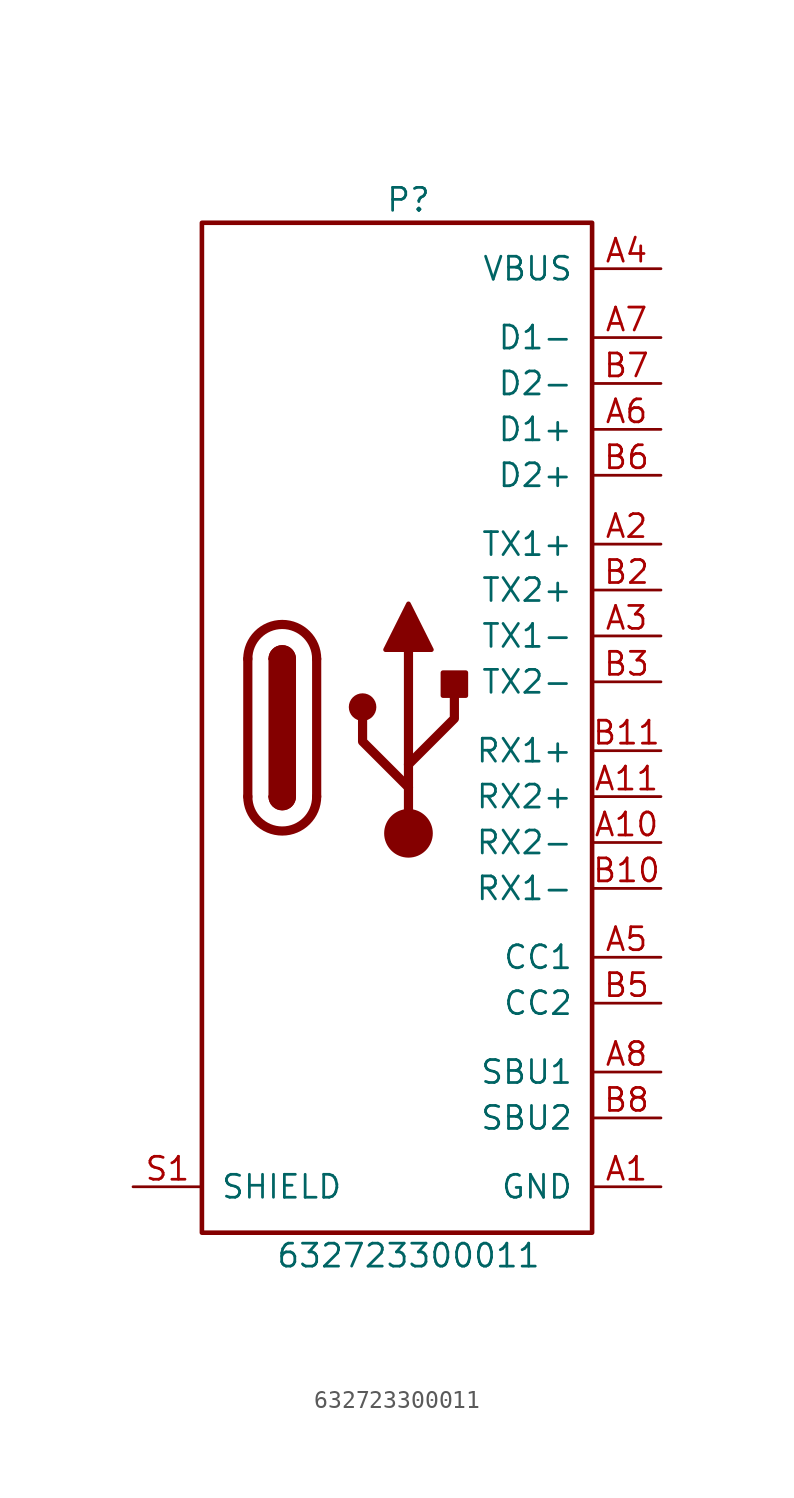
<source format=kicad_sym>
(kicad_symbol_lib
  (version 20211014)
  (generator kicad_symbol_editor)
  (symbol "632723300011"
    (pin_names
      (offset 1.016))
    (property "Reference" "P"
      (at 0 29.21 0)
      (effects (font (size 1.27 1.27))))
    (property "Value" "632723300011"
      (at 0 -29.21 0)
      (effects (font (size 1.27 1.27))))
    (symbol "632723300011_0_1"
      (rectangle (start -11.43 27.94) (end 10.16 -27.94) (stroke (width 0.254) (type default) (color 0 0 0 0)) (fill (type none)))
      (arc (start -8.89 -3.81) (mid -6.985 -5.715) (end -5.08 -3.81) (stroke (width 0.508) (type default) (color 0 0 0 0)) (fill (type none)))
      (arc (start -7.62 -3.81) (mid -6.985 -4.445) (end -6.35 -3.81) (stroke (width 0.254) (type default) (color 0 0 0 0)) (fill (type none)))
      (arc (start -7.62 -3.81) (mid -6.985 -4.445) (end -6.35 -3.81) (stroke (width 0.254) (type default) (color 0 0 0 0)) (fill (type outline)))
      (rectangle (start -7.62 -3.81) (end -6.35 3.81) (stroke (width 0.254) (type default) (color 0 0 0 0)) (fill (type outline)))
      (arc (start -6.35 3.81) (mid -6.985 4.445) (end -7.62 3.81) (stroke (width 0.254) (type default) (color 0 0 0 0)) (fill (type none)))
      (arc (start -6.35 3.81) (mid -6.985 4.445) (end -7.62 3.81) (stroke (width 0.254) (type default) (color 0 0 0 0)) (fill (type outline)))
      (arc (start -5.08 3.81) (mid -6.985 5.715) (end -8.89 3.81) (stroke (width 0.508) (type default) (color 0 0 0 0)) (fill (type none)))
      (polyline (pts (xy -8.89 -3.81) (xy -8.89 3.81)) (stroke (width 0.508) (type default) (color 0 0 0 0)) (fill (type none)))
      (polyline (pts (xy -5.08 3.81) (xy -5.08 -3.81)) (stroke (width 0.508) (type default) (color 0 0 0 0)) (fill (type none))))
    (symbol "632723300011_1_1"
      (circle (center -2.54 1.143) (radius 0.635) (stroke (width 0.254) (type default) (color 0 0 0 0)) (fill (type outline)))
      (circle (center 0 -5.842) (radius 1.27) (stroke (width 0) (type default) (color 0 0 0 0)) (fill (type outline)))
      (polyline (pts (xy 0 -5.842) (xy 0 4.318)) (stroke (width 0.508) (type default) (color 0 0 0 0)) (fill (type none)))
      (polyline (pts (xy 0 -3.302) (xy -2.54 -0.762) (xy -2.54 0.508)) (stroke (width 0.508) (type default) (color 0 0 0 0)) (fill (type none)))
      (polyline (pts (xy 0 -2.032) (xy 2.54 0.508) (xy 2.54 1.778)) (stroke (width 0.508) (type default) (color 0 0 0 0)) (fill (type none)))
      (polyline (pts (xy -1.27 4.318) (xy 0 6.858) (xy 1.27 4.318) (xy -1.27 4.318)) (stroke (width 0.254) (type default) (color 0 0 0 0)) (fill (type outline)))
      (rectangle (start 1.905 1.778) (end 3.175 3.048) (stroke (width 0.254) (type default) (color 0 0 0 0)) (fill (type outline)))
      (pin power_in line (at 13.97 -25.4 180) (length 3.81) (name "GND" (effects (font (size 1.27 1.27)))) (number "A1" (effects (font (size 1.27 1.27)))))
      (pin bidirectional line (at 13.97 -6.35 180) (length 3.81) (name "RX2-" (effects (font (size 1.27 1.27)))) (number "A10" (effects (font (size 1.27 1.27)))))
      (pin bidirectional line (at 13.97 -3.81 180) (length 3.81) (name "RX2+" (effects (font (size 1.27 1.27)))) (number "A11" (effects (font (size 1.27 1.27)))))
      (pin power_in line (at 13.97 -25.4 180) (length 3.81) hide (name "GND" (effects (font (size 1.27 1.27)))) (number "A12" (effects (font (size 1.27 1.27)))))
      (pin bidirectional line (at 13.97 10.16 180) (length 3.81) (name "TX1+" (effects (font (size 1.27 1.27)))) (number "A2" (effects (font (size 1.27 1.27)))))
      (pin bidirectional line (at 13.97 5.08 180) (length 3.81) (name "TX1-" (effects (font (size 1.27 1.27)))) (number "A3" (effects (font (size 1.27 1.27)))))
      (pin power_in line (at 13.97 25.4 180) (length 3.81) (name "VBUS" (effects (font (size 1.27 1.27)))) (number "A4" (effects (font (size 1.27 1.27)))))
      (pin bidirectional line (at 13.97 -12.7 180) (length 3.81) (name "CC1" (effects (font (size 1.27 1.27)))) (number "A5" (effects (font (size 1.27 1.27)))))
      (pin bidirectional line (at 13.97 16.51 180) (length 3.81) (name "D1+" (effects (font (size 1.27 1.27)))) (number "A6" (effects (font (size 1.27 1.27)))))
      (pin bidirectional line (at 13.97 21.59 180) (length 3.81) (name "D1-" (effects (font (size 1.27 1.27)))) (number "A7" (effects (font (size 1.27 1.27)))))
      (pin bidirectional line (at 13.97 -19.05 180) (length 3.81) (name "SBU1" (effects (font (size 1.27 1.27)))) (number "A8" (effects (font (size 1.27 1.27)))))
      (pin power_in line (at 13.97 25.4 180) (length 3.81) hide (name "VBUS" (effects (font (size 1.27 1.27)))) (number "A9" (effects (font (size 1.27 1.27)))))
      (pin power_in line (at 13.97 -25.4 180) (length 3.81) hide (name "GND" (effects (font (size 1.27 1.27)))) (number "B1" (effects (font (size 1.27 1.27)))))
      (pin bidirectional line (at 13.97 -8.89 180) (length 3.81) (name "RX1-" (effects (font (size 1.27 1.27)))) (number "B10" (effects (font (size 1.27 1.27)))))
      (pin bidirectional line (at 13.97 -1.27 180) (length 3.81) (name "RX1+" (effects (font (size 1.27 1.27)))) (number "B11" (effects (font (size 1.27 1.27)))))
      (pin power_in line (at 13.97 -25.4 180) (length 3.81) hide (name "GND" (effects (font (size 1.27 1.27)))) (number "B12" (effects (font (size 1.27 1.27)))))
      (pin bidirectional line (at 13.97 7.62 180) (length 3.81) (name "TX2+" (effects (font (size 1.27 1.27)))) (number "B2" (effects (font (size 1.27 1.27)))))
      (pin bidirectional line (at 13.97 2.54 180) (length 3.81) (name "TX2-" (effects (font (size 1.27 1.27)))) (number "B3" (effects (font (size 1.27 1.27)))))
      (pin power_in line (at 13.97 25.4 180) (length 3.81) hide (name "VBUS" (effects (font (size 1.27 1.27)))) (number "B4" (effects (font (size 1.27 1.27)))))
      (pin bidirectional line (at 13.97 -15.24 180) (length 3.81) (name "CC2" (effects (font (size 1.27 1.27)))) (number "B5" (effects (font (size 1.27 1.27)))))
      (pin bidirectional line (at 13.97 13.97 180) (length 3.81) (name "D2+" (effects (font (size 1.27 1.27)))) (number "B6" (effects (font (size 1.27 1.27)))))
      (pin bidirectional line (at 13.97 19.05 180) (length 3.81) (name "D2-" (effects (font (size 1.27 1.27)))) (number "B7" (effects (font (size 1.27 1.27)))))
      (pin bidirectional line (at 13.97 -21.59 180) (length 3.81) (name "SBU2" (effects (font (size 1.27 1.27)))) (number "B8" (effects (font (size 1.27 1.27)))))
      (pin power_in line (at 13.97 25.4 180) (length 3.81) hide (name "VBUS" (effects (font (size 1.27 1.27)))) (number "B9" (effects (font (size 1.27 1.27)))))
      (pin passive line (at -15.24 -25.4 0) (length 3.81) (name "SHIELD" (effects (font (size 1.27 1.27)))) (number "S1" (effects (font (size 1.27 1.27))))))))
</source>
